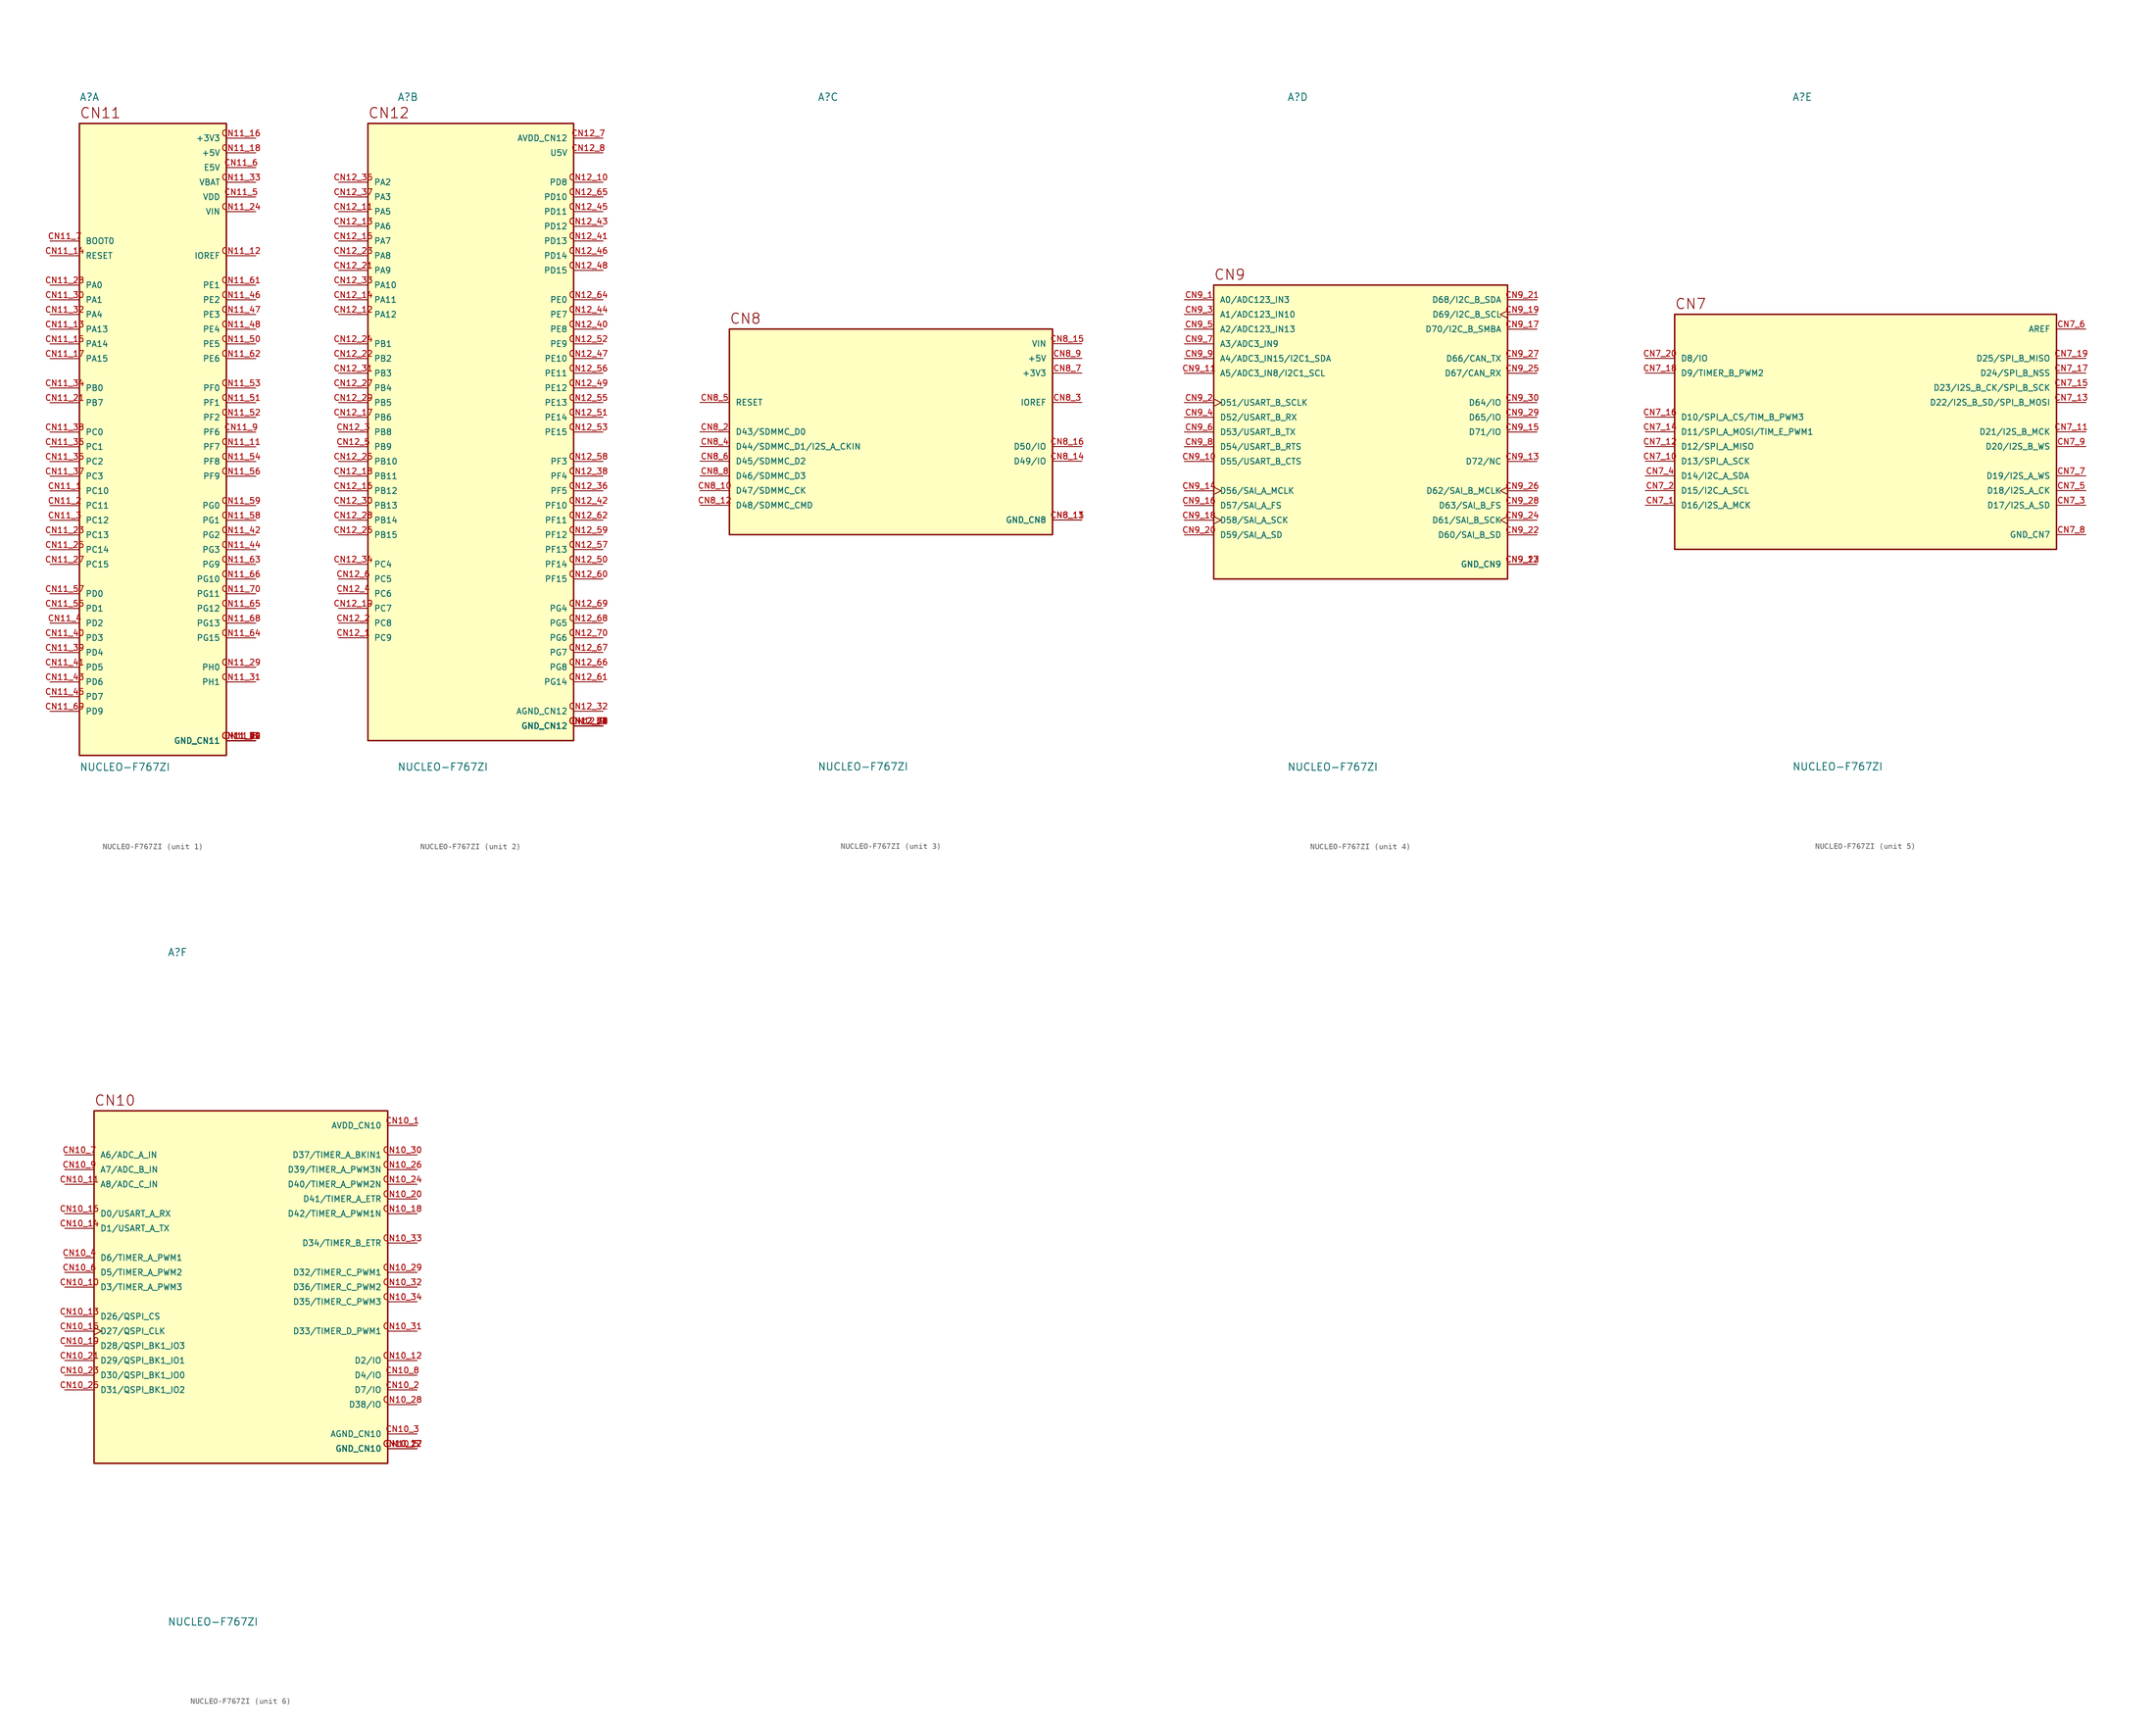
<source format=kicad_sym>
(kicad_symbol_lib
  (version 20211014)
  (generator kicad_symbol_editor)
  (symbol "NUCLEO-F767ZI"
    (pin_names
      (offset 1.016))
    (property "Reference" "A"
      (at -12.7 57.15 0)
      (effects (font (size 1.27 1.27)) (justify bottom left)))
    (property "Value" "NUCLEO-F767ZI"
      (at -12.7 -57.15 0.0)
      (effects (font (size 1.27 1.27)) (justify top left)))
    (symbol "NUCLEO-F767ZI_1_0"
      (text "CN11" (at -12.7 54.102 0) (effects (font (size 1.778 1.778)) (justify bottom left)))
      (rectangle (start -12.7 -55.88) (end 12.7 53.34) (stroke (width 0.254)) (fill (type background)))
      (pin bidirectional line (at -17.78 -10.16 0) (length 5.08) (name "PC10" (effects (font (size 1.016 1.016)))) (number "CN11_1" (effects (font (size 1.016 1.016)))))
      (pin bidirectional line (at -17.78 -12.7 0) (length 5.08) (name "PC11" (effects (font (size 1.016 1.016)))) (number "CN11_2" (effects (font (size 1.016 1.016)))))
      (pin bidirectional line (at -17.78 -15.24 0) (length 5.08) (name "PC12" (effects (font (size 1.016 1.016)))) (number "CN11_3" (effects (font (size 1.016 1.016)))))
      (pin bidirectional line (at -17.78 -33.02 0) (length 5.08) (name "PD2" (effects (font (size 1.016 1.016)))) (number "CN11_4" (effects (font (size 1.016 1.016)))))
      (pin power_in line (at 17.78 40.64 180.0) (length 5.08) (name "VDD" (effects (font (size 1.016 1.016)))) (number "CN11_5" (effects (font (size 1.016 1.016)))))
      (pin power_in line (at 17.78 45.72 180.0) (length 5.08) (name "E5V" (effects (font (size 1.016 1.016)))) (number "CN11_6" (effects (font (size 1.016 1.016)))))
      (pin bidirectional line (at -17.78 33.02 0) (length 5.08) (name "BOOT0" (effects (font (size 1.016 1.016)))) (number "CN11_7" (effects (font (size 1.016 1.016)))))
      (pin power_in line (at 17.78 -53.34 180.0) (length 5.08) (name "GND_CN11" (effects (font (size 1.016 1.016)))) (number "CN11_8" (effects (font (size 1.016 1.016)))))
      (pin power_in line (at 17.78 -53.34 180.0) (length 5.08) (name "GND_CN11" (effects (font (size 1.016 1.016)))) (number "CN11_19" (effects (font (size 1.016 1.016)))))
      (pin power_in line (at 17.78 -53.34 180.0) (length 5.08) (name "GND_CN11" (effects (font (size 1.016 1.016)))) (number "CN11_20" (effects (font (size 1.016 1.016)))))
      (pin power_in line (at 17.78 -53.34 180.0) (length 5.08) (name "GND_CN11" (effects (font (size 1.016 1.016)))) (number "CN11_22" (effects (font (size 1.016 1.016)))))
      (pin power_in line (at 17.78 -53.34 180.0) (length 5.08) (name "GND_CN11" (effects (font (size 1.016 1.016)))) (number "CN11_49" (effects (font (size 1.016 1.016)))))
      (pin power_in line (at 17.78 -53.34 180.0) (length 5.08) (name "GND_CN11" (effects (font (size 1.016 1.016)))) (number "CN11_60" (effects (font (size 1.016 1.016)))))
      (pin power_in line (at 17.78 -53.34 180.0) (length 5.08) (name "GND_CN11" (effects (font (size 1.016 1.016)))) (number "CN11_71" (effects (font (size 1.016 1.016)))))
      (pin power_in line (at 17.78 -53.34 180.0) (length 5.08) (name "GND_CN11" (effects (font (size 1.016 1.016)))) (number "CN11_72" (effects (font (size 1.016 1.016)))))
      (pin bidirectional line (at 17.78 0.0 180.0) (length 5.08) (name "PF6" (effects (font (size 1.016 1.016)))) (number "CN11_9" (effects (font (size 1.016 1.016)))))
      (pin bidirectional line (at 17.78 -2.54 180.0) (length 5.08) (name "PF7" (effects (font (size 1.016 1.016)))) (number "CN11_11" (effects (font (size 1.016 1.016)))))
      (pin bidirectional line (at 17.78 30.48 180.0) (length 5.08) (name "IOREF" (effects (font (size 1.016 1.016)))) (number "CN11_12" (effects (font (size 1.016 1.016)))))
      (pin bidirectional line (at -17.78 17.78 0) (length 5.08) (name "PA13" (effects (font (size 1.016 1.016)))) (number "CN11_13" (effects (font (size 1.016 1.016)))))
      (pin bidirectional line (at -17.78 30.48 0) (length 5.08) (name "RESET" (effects (font (size 1.016 1.016)))) (number "CN11_14" (effects (font (size 1.016 1.016)))))
      (pin bidirectional line (at -17.78 15.24 0) (length 5.08) (name "PA14" (effects (font (size 1.016 1.016)))) (number "CN11_15" (effects (font (size 1.016 1.016)))))
      (pin power_in line (at 17.78 50.8 180.0) (length 5.08) (name "+3V3" (effects (font (size 1.016 1.016)))) (number "CN11_16" (effects (font (size 1.016 1.016)))))
      (pin bidirectional line (at -17.78 12.7 0) (length 5.08) (name "PA15" (effects (font (size 1.016 1.016)))) (number "CN11_17" (effects (font (size 1.016 1.016)))))
      (pin power_in line (at 17.78 48.26 180.0) (length 5.08) (name "+5V" (effects (font (size 1.016 1.016)))) (number "CN11_18" (effects (font (size 1.016 1.016)))))
      (pin bidirectional line (at -17.78 5.08 0) (length 5.08) (name "PB7" (effects (font (size 1.016 1.016)))) (number "CN11_21" (effects (font (size 1.016 1.016)))))
      (pin bidirectional line (at -17.78 -17.78 0) (length 5.08) (name "PC13" (effects (font (size 1.016 1.016)))) (number "CN11_23" (effects (font (size 1.016 1.016)))))
      (pin power_in line (at 17.78 38.1 180.0) (length 5.08) (name "VIN" (effects (font (size 1.016 1.016)))) (number "CN11_24" (effects (font (size 1.016 1.016)))))
      (pin bidirectional line (at -17.78 -20.32 0) (length 5.08) (name "PC14" (effects (font (size 1.016 1.016)))) (number "CN11_25" (effects (font (size 1.016 1.016)))))
      (pin bidirectional line (at -17.78 -22.86 0) (length 5.08) (name "PC15" (effects (font (size 1.016 1.016)))) (number "CN11_27" (effects (font (size 1.016 1.016)))))
      (pin bidirectional line (at -17.78 25.4 0) (length 5.08) (name "PA0" (effects (font (size 1.016 1.016)))) (number "CN11_28" (effects (font (size 1.016 1.016)))))
      (pin bidirectional line (at 17.78 -40.64 180.0) (length 5.08) (name "PH0" (effects (font (size 1.016 1.016)))) (number "CN11_29" (effects (font (size 1.016 1.016)))))
      (pin bidirectional line (at -17.78 22.86 0) (length 5.08) (name "PA1" (effects (font (size 1.016 1.016)))) (number "CN11_30" (effects (font (size 1.016 1.016)))))
      (pin bidirectional line (at 17.78 -43.18 180.0) (length 5.08) (name "PH1" (effects (font (size 1.016 1.016)))) (number "CN11_31" (effects (font (size 1.016 1.016)))))
      (pin bidirectional line (at -17.78 20.32 0) (length 5.08) (name "PA4" (effects (font (size 1.016 1.016)))) (number "CN11_32" (effects (font (size 1.016 1.016)))))
      (pin power_in line (at 17.78 43.18 180.0) (length 5.08) (name "VBAT" (effects (font (size 1.016 1.016)))) (number "CN11_33" (effects (font (size 1.016 1.016)))))
      (pin bidirectional line (at -17.78 7.62 0) (length 5.08) (name "PB0" (effects (font (size 1.016 1.016)))) (number "CN11_34" (effects (font (size 1.016 1.016)))))
      (pin bidirectional line (at -17.78 -5.08 0) (length 5.08) (name "PC2" (effects (font (size 1.016 1.016)))) (number "CN11_35" (effects (font (size 1.016 1.016)))))
      (pin bidirectional line (at -17.78 -2.54 0) (length 5.08) (name "PC1" (effects (font (size 1.016 1.016)))) (number "CN11_36" (effects (font (size 1.016 1.016)))))
      (pin bidirectional line (at -17.78 -7.62 0) (length 5.08) (name "PC3" (effects (font (size 1.016 1.016)))) (number "CN11_37" (effects (font (size 1.016 1.016)))))
      (pin bidirectional line (at -17.78 0.0 0) (length 5.08) (name "PC0" (effects (font (size 1.016 1.016)))) (number "CN11_38" (effects (font (size 1.016 1.016)))))
      (pin bidirectional line (at -17.78 -38.1 0) (length 5.08) (name "PD4" (effects (font (size 1.016 1.016)))) (number "CN11_39" (effects (font (size 1.016 1.016)))))
      (pin bidirectional line (at -17.78 -35.56 0) (length 5.08) (name "PD3" (effects (font (size 1.016 1.016)))) (number "CN11_40" (effects (font (size 1.016 1.016)))))
      (pin bidirectional line (at -17.78 -40.64 0) (length 5.08) (name "PD5" (effects (font (size 1.016 1.016)))) (number "CN11_41" (effects (font (size 1.016 1.016)))))
      (pin bidirectional line (at 17.78 -17.78 180.0) (length 5.08) (name "PG2" (effects (font (size 1.016 1.016)))) (number "CN11_42" (effects (font (size 1.016 1.016)))))
      (pin bidirectional line (at -17.78 -43.18 0) (length 5.08) (name "PD6" (effects (font (size 1.016 1.016)))) (number "CN11_43" (effects (font (size 1.016 1.016)))))
      (pin bidirectional line (at 17.78 -20.32 180.0) (length 5.08) (name "PG3" (effects (font (size 1.016 1.016)))) (number "CN11_44" (effects (font (size 1.016 1.016)))))
      (pin bidirectional line (at -17.78 -45.72 0) (length 5.08) (name "PD7" (effects (font (size 1.016 1.016)))) (number "CN11_45" (effects (font (size 1.016 1.016)))))
      (pin bidirectional line (at 17.78 22.86 180.0) (length 5.08) (name "PE2" (effects (font (size 1.016 1.016)))) (number "CN11_46" (effects (font (size 1.016 1.016)))))
      (pin bidirectional line (at 17.78 20.32 180.0) (length 5.08) (name "PE3" (effects (font (size 1.016 1.016)))) (number "CN11_47" (effects (font (size 1.016 1.016)))))
      (pin bidirectional line (at 17.78 17.78 180.0) (length 5.08) (name "PE4" (effects (font (size 1.016 1.016)))) (number "CN11_48" (effects (font (size 1.016 1.016)))))
      (pin bidirectional line (at 17.78 15.24 180.0) (length 5.08) (name "PE5" (effects (font (size 1.016 1.016)))) (number "CN11_50" (effects (font (size 1.016 1.016)))))
      (pin bidirectional line (at 17.78 5.08 180.0) (length 5.08) (name "PF1" (effects (font (size 1.016 1.016)))) (number "CN11_51" (effects (font (size 1.016 1.016)))))
      (pin bidirectional line (at 17.78 2.54 180.0) (length 5.08) (name "PF2" (effects (font (size 1.016 1.016)))) (number "CN11_52" (effects (font (size 1.016 1.016)))))
      (pin bidirectional line (at 17.78 7.62 180.0) (length 5.08) (name "PF0" (effects (font (size 1.016 1.016)))) (number "CN11_53" (effects (font (size 1.016 1.016)))))
      (pin bidirectional line (at 17.78 -5.08 180.0) (length 5.08) (name "PF8" (effects (font (size 1.016 1.016)))) (number "CN11_54" (effects (font (size 1.016 1.016)))))
      (pin bidirectional line (at -17.78 -30.48 0) (length 5.08) (name "PD1" (effects (font (size 1.016 1.016)))) (number "CN11_55" (effects (font (size 1.016 1.016)))))
      (pin bidirectional line (at 17.78 -7.62 180.0) (length 5.08) (name "PF9" (effects (font (size 1.016 1.016)))) (number "CN11_56" (effects (font (size 1.016 1.016)))))
      (pin bidirectional line (at -17.78 -27.94 0) (length 5.08) (name "PD0" (effects (font (size 1.016 1.016)))) (number "CN11_57" (effects (font (size 1.016 1.016)))))
      (pin bidirectional line (at 17.78 -15.24 180.0) (length 5.08) (name "PG1" (effects (font (size 1.016 1.016)))) (number "CN11_58" (effects (font (size 1.016 1.016)))))
      (pin bidirectional line (at 17.78 -12.7 180.0) (length 5.08) (name "PG0" (effects (font (size 1.016 1.016)))) (number "CN11_59" (effects (font (size 1.016 1.016)))))
      (pin bidirectional line (at 17.78 25.4 180.0) (length 5.08) (name "PE1" (effects (font (size 1.016 1.016)))) (number "CN11_61" (effects (font (size 1.016 1.016)))))
      (pin bidirectional line (at 17.78 12.7 180.0) (length 5.08) (name "PE6" (effects (font (size 1.016 1.016)))) (number "CN11_62" (effects (font (size 1.016 1.016)))))
      (pin bidirectional line (at 17.78 -22.86 180.0) (length 5.08) (name "PG9" (effects (font (size 1.016 1.016)))) (number "CN11_63" (effects (font (size 1.016 1.016)))))
      (pin bidirectional line (at 17.78 -35.56 180.0) (length 5.08) (name "PG15" (effects (font (size 1.016 1.016)))) (number "CN11_64" (effects (font (size 1.016 1.016)))))
      (pin bidirectional line (at 17.78 -30.48 180.0) (length 5.08) (name "PG12" (effects (font (size 1.016 1.016)))) (number "CN11_65" (effects (font (size 1.016 1.016)))))
      (pin bidirectional line (at 17.78 -25.4 180.0) (length 5.08) (name "PG10" (effects (font (size 1.016 1.016)))) (number "CN11_66" (effects (font (size 1.016 1.016)))))
      (pin bidirectional line (at 17.78 -33.02 180.0) (length 5.08) (name "PG13" (effects (font (size 1.016 1.016)))) (number "CN11_68" (effects (font (size 1.016 1.016)))))
      (pin bidirectional line (at -17.78 -48.26 0) (length 5.08) (name "PD9" (effects (font (size 1.016 1.016)))) (number "CN11_69" (effects (font (size 1.016 1.016)))))
      (pin bidirectional line (at 17.78 -27.94 180.0) (length 5.08) (name "PG11" (effects (font (size 1.016 1.016)))) (number "CN11_70" (effects (font (size 1.016 1.016))))))
    (symbol "NUCLEO-F767ZI_2_0"
      (text "CN12" (at -17.78 54.102 0) (effects (font (size 1.778 1.778)) (justify bottom left)))
      (rectangle (start -17.78 -53.34) (end 17.78 53.34) (stroke (width 0.254)) (fill (type background)))
      (pin bidirectional line (at -22.86 -35.56 0) (length 5.08) (name "PC9" (effects (font (size 1.016 1.016)))) (number "CN12_1" (effects (font (size 1.016 1.016)))))
      (pin bidirectional line (at -22.86 -33.02 0) (length 5.08) (name "PC8" (effects (font (size 1.016 1.016)))) (number "CN12_2" (effects (font (size 1.016 1.016)))))
      (pin bidirectional line (at -22.86 0.0 0) (length 5.08) (name "PB8" (effects (font (size 1.016 1.016)))) (number "CN12_3" (effects (font (size 1.016 1.016)))))
      (pin bidirectional line (at -22.86 -27.94 0) (length 5.08) (name "PC6" (effects (font (size 1.016 1.016)))) (number "CN12_4" (effects (font (size 1.016 1.016)))))
      (pin bidirectional line (at -22.86 -2.54 0) (length 5.08) (name "PB9" (effects (font (size 1.016 1.016)))) (number "CN12_5" (effects (font (size 1.016 1.016)))))
      (pin bidirectional line (at -22.86 -25.4 0) (length 5.08) (name "PC5" (effects (font (size 1.016 1.016)))) (number "CN12_6" (effects (font (size 1.016 1.016)))))
      (pin power_in line (at 22.86 50.8 180.0) (length 5.08) (name "AVDD_CN12" (effects (font (size 1.016 1.016)))) (number "CN12_7" (effects (font (size 1.016 1.016)))))
      (pin power_in line (at 22.86 48.26 180.0) (length 5.08) (name "U5V" (effects (font (size 1.016 1.016)))) (number "CN12_8" (effects (font (size 1.016 1.016)))))
      (pin power_in line (at 22.86 -50.8 180.0) (length 5.08) (name "GND_CN12" (effects (font (size 1.016 1.016)))) (number "CN12_9" (effects (font (size 1.016 1.016)))))
      (pin power_in line (at 22.86 -50.8 180.0) (length 5.08) (name "GND_CN12" (effects (font (size 1.016 1.016)))) (number "CN12_20" (effects (font (size 1.016 1.016)))))
      (pin power_in line (at 22.86 -50.8 180.0) (length 5.08) (name "GND_CN12" (effects (font (size 1.016 1.016)))) (number "CN12_39" (effects (font (size 1.016 1.016)))))
      (pin power_in line (at 22.86 -50.8 180.0) (length 5.08) (name "GND_CN12" (effects (font (size 1.016 1.016)))) (number "CN12_54" (effects (font (size 1.016 1.016)))))
      (pin power_in line (at 22.86 -50.8 180.0) (length 5.08) (name "GND_CN12" (effects (font (size 1.016 1.016)))) (number "CN12_63" (effects (font (size 1.016 1.016)))))
      (pin power_in line (at 22.86 -50.8 180.0) (length 5.08) (name "GND_CN12" (effects (font (size 1.016 1.016)))) (number "CN12_71" (effects (font (size 1.016 1.016)))))
      (pin power_in line (at 22.86 -50.8 180.0) (length 5.08) (name "GND_CN12" (effects (font (size 1.016 1.016)))) (number "CN12_72" (effects (font (size 1.016 1.016)))))
      (pin bidirectional line (at 22.86 43.18 180.0) (length 5.08) (name "PD8" (effects (font (size 1.016 1.016)))) (number "CN12_10" (effects (font (size 1.016 1.016)))))
      (pin bidirectional line (at -22.86 38.1 0) (length 5.08) (name "PA5" (effects (font (size 1.016 1.016)))) (number "CN12_11" (effects (font (size 1.016 1.016)))))
      (pin bidirectional line (at -22.86 20.32 0) (length 5.08) (name "PA12" (effects (font (size 1.016 1.016)))) (number "CN12_12" (effects (font (size 1.016 1.016)))))
      (pin bidirectional line (at -22.86 35.56 0) (length 5.08) (name "PA6" (effects (font (size 1.016 1.016)))) (number "CN12_13" (effects (font (size 1.016 1.016)))))
      (pin bidirectional line (at -22.86 22.86 0) (length 5.08) (name "PA11" (effects (font (size 1.016 1.016)))) (number "CN12_14" (effects (font (size 1.016 1.016)))))
      (pin bidirectional line (at -22.86 33.02 0) (length 5.08) (name "PA7" (effects (font (size 1.016 1.016)))) (number "CN12_15" (effects (font (size 1.016 1.016)))))
      (pin bidirectional line (at -22.86 -10.16 0) (length 5.08) (name "PB12" (effects (font (size 1.016 1.016)))) (number "CN12_16" (effects (font (size 1.016 1.016)))))
      (pin bidirectional line (at -22.86 2.54 0) (length 5.08) (name "PB6" (effects (font (size 1.016 1.016)))) (number "CN12_17" (effects (font (size 1.016 1.016)))))
      (pin bidirectional line (at -22.86 -7.62 0) (length 5.08) (name "PB11" (effects (font (size 1.016 1.016)))) (number "CN12_18" (effects (font (size 1.016 1.016)))))
      (pin bidirectional line (at -22.86 -30.48 0) (length 5.08) (name "PC7" (effects (font (size 1.016 1.016)))) (number "CN12_19" (effects (font (size 1.016 1.016)))))
      (pin bidirectional line (at -22.86 27.94 0) (length 5.08) (name "PA9" (effects (font (size 1.016 1.016)))) (number "CN12_21" (effects (font (size 1.016 1.016)))))
      (pin bidirectional line (at -22.86 12.7 0) (length 5.08) (name "PB2" (effects (font (size 1.016 1.016)))) (number "CN12_22" (effects (font (size 1.016 1.016)))))
      (pin bidirectional line (at -22.86 30.48 0) (length 5.08) (name "PA8" (effects (font (size 1.016 1.016)))) (number "CN12_23" (effects (font (size 1.016 1.016)))))
      (pin bidirectional line (at -22.86 15.24 0) (length 5.08) (name "PB1" (effects (font (size 1.016 1.016)))) (number "CN12_24" (effects (font (size 1.016 1.016)))))
      (pin bidirectional line (at -22.86 -5.08 0) (length 5.08) (name "PB10" (effects (font (size 1.016 1.016)))) (number "CN12_25" (effects (font (size 1.016 1.016)))))
      (pin bidirectional line (at -22.86 -17.78 0) (length 5.08) (name "PB15" (effects (font (size 1.016 1.016)))) (number "CN12_26" (effects (font (size 1.016 1.016)))))
      (pin bidirectional line (at -22.86 7.62 0) (length 5.08) (name "PB4" (effects (font (size 1.016 1.016)))) (number "CN12_27" (effects (font (size 1.016 1.016)))))
      (pin bidirectional line (at -22.86 -15.24 0) (length 5.08) (name "PB14" (effects (font (size 1.016 1.016)))) (number "CN12_28" (effects (font (size 1.016 1.016)))))
      (pin bidirectional line (at -22.86 5.08 0) (length 5.08) (name "PB5" (effects (font (size 1.016 1.016)))) (number "CN12_29" (effects (font (size 1.016 1.016)))))
      (pin bidirectional line (at -22.86 -12.7 0) (length 5.08) (name "PB13" (effects (font (size 1.016 1.016)))) (number "CN12_30" (effects (font (size 1.016 1.016)))))
      (pin bidirectional line (at -22.86 10.16 0) (length 5.08) (name "PB3" (effects (font (size 1.016 1.016)))) (number "CN12_31" (effects (font (size 1.016 1.016)))))
      (pin power_in line (at 22.86 -48.26 180.0) (length 5.08) (name "AGND_CN12" (effects (font (size 1.016 1.016)))) (number "CN12_32" (effects (font (size 1.016 1.016)))))
      (pin bidirectional line (at -22.86 25.4 0) (length 5.08) (name "PA10" (effects (font (size 1.016 1.016)))) (number "CN12_33" (effects (font (size 1.016 1.016)))))
      (pin bidirectional line (at -22.86 -22.86 0) (length 5.08) (name "PC4" (effects (font (size 1.016 1.016)))) (number "CN12_34" (effects (font (size 1.016 1.016)))))
      (pin bidirectional line (at -22.86 43.18 0) (length 5.08) (name "PA2" (effects (font (size 1.016 1.016)))) (number "CN12_35" (effects (font (size 1.016 1.016)))))
      (pin bidirectional line (at 22.86 -10.16 180.0) (length 5.08) (name "PF5" (effects (font (size 1.016 1.016)))) (number "CN12_36" (effects (font (size 1.016 1.016)))))
      (pin bidirectional line (at -22.86 40.64 0) (length 5.08) (name "PA3" (effects (font (size 1.016 1.016)))) (number "CN12_37" (effects (font (size 1.016 1.016)))))
      (pin bidirectional line (at 22.86 -7.62 180.0) (length 5.08) (name "PF4" (effects (font (size 1.016 1.016)))) (number "CN12_38" (effects (font (size 1.016 1.016)))))
      (pin bidirectional line (at 22.86 17.78 180.0) (length 5.08) (name "PE8" (effects (font (size 1.016 1.016)))) (number "CN12_40" (effects (font (size 1.016 1.016)))))
      (pin bidirectional line (at 22.86 33.02 180.0) (length 5.08) (name "PD13" (effects (font (size 1.016 1.016)))) (number "CN12_41" (effects (font (size 1.016 1.016)))))
      (pin bidirectional line (at 22.86 -12.7 180.0) (length 5.08) (name "PF10" (effects (font (size 1.016 1.016)))) (number "CN12_42" (effects (font (size 1.016 1.016)))))
      (pin bidirectional line (at 22.86 35.56 180.0) (length 5.08) (name "PD12" (effects (font (size 1.016 1.016)))) (number "CN12_43" (effects (font (size 1.016 1.016)))))
      (pin bidirectional line (at 22.86 20.32 180.0) (length 5.08) (name "PE7" (effects (font (size 1.016 1.016)))) (number "CN12_44" (effects (font (size 1.016 1.016)))))
      (pin bidirectional line (at 22.86 38.1 180.0) (length 5.08) (name "PD11" (effects (font (size 1.016 1.016)))) (number "CN12_45" (effects (font (size 1.016 1.016)))))
      (pin bidirectional line (at 22.86 30.48 180.0) (length 5.08) (name "PD14" (effects (font (size 1.016 1.016)))) (number "CN12_46" (effects (font (size 1.016 1.016)))))
      (pin bidirectional line (at 22.86 12.7 180.0) (length 5.08) (name "PE10" (effects (font (size 1.016 1.016)))) (number "CN12_47" (effects (font (size 1.016 1.016)))))
      (pin bidirectional line (at 22.86 27.94 180.0) (length 5.08) (name "PD15" (effects (font (size 1.016 1.016)))) (number "CN12_48" (effects (font (size 1.016 1.016)))))
      (pin bidirectional line (at 22.86 7.62 180.0) (length 5.08) (name "PE12" (effects (font (size 1.016 1.016)))) (number "CN12_49" (effects (font (size 1.016 1.016)))))
      (pin bidirectional line (at 22.86 -22.86 180.0) (length 5.08) (name "PF14" (effects (font (size 1.016 1.016)))) (number "CN12_50" (effects (font (size 1.016 1.016)))))
      (pin bidirectional line (at 22.86 2.54 180.0) (length 5.08) (name "PE14" (effects (font (size 1.016 1.016)))) (number "CN12_51" (effects (font (size 1.016 1.016)))))
      (pin bidirectional line (at 22.86 15.24 180.0) (length 5.08) (name "PE9" (effects (font (size 1.016 1.016)))) (number "CN12_52" (effects (font (size 1.016 1.016)))))
      (pin bidirectional line (at 22.86 0.0 180.0) (length 5.08) (name "PE15" (effects (font (size 1.016 1.016)))) (number "CN12_53" (effects (font (size 1.016 1.016)))))
      (pin bidirectional line (at 22.86 5.08 180.0) (length 5.08) (name "PE13" (effects (font (size 1.016 1.016)))) (number "CN12_55" (effects (font (size 1.016 1.016)))))
      (pin bidirectional line (at 22.86 10.16 180.0) (length 5.08) (name "PE11" (effects (font (size 1.016 1.016)))) (number "CN12_56" (effects (font (size 1.016 1.016)))))
      (pin bidirectional line (at 22.86 -20.32 180.0) (length 5.08) (name "PF13" (effects (font (size 1.016 1.016)))) (number "CN12_57" (effects (font (size 1.016 1.016)))))
      (pin bidirectional line (at 22.86 -5.08 180.0) (length 5.08) (name "PF3" (effects (font (size 1.016 1.016)))) (number "CN12_58" (effects (font (size 1.016 1.016)))))
      (pin bidirectional line (at 22.86 -17.78 180.0) (length 5.08) (name "PF12" (effects (font (size 1.016 1.016)))) (number "CN12_59" (effects (font (size 1.016 1.016)))))
      (pin bidirectional line (at 22.86 -25.4 180.0) (length 5.08) (name "PF15" (effects (font (size 1.016 1.016)))) (number "CN12_60" (effects (font (size 1.016 1.016)))))
      (pin bidirectional line (at 22.86 -43.18 180.0) (length 5.08) (name "PG14" (effects (font (size 1.016 1.016)))) (number "CN12_61" (effects (font (size 1.016 1.016)))))
      (pin bidirectional line (at 22.86 -15.24 180.0) (length 5.08) (name "PF11" (effects (font (size 1.016 1.016)))) (number "CN12_62" (effects (font (size 1.016 1.016)))))
      (pin bidirectional line (at 22.86 22.86 180.0) (length 5.08) (name "PE0" (effects (font (size 1.016 1.016)))) (number "CN12_64" (effects (font (size 1.016 1.016)))))
      (pin bidirectional line (at 22.86 40.64 180.0) (length 5.08) (name "PD10" (effects (font (size 1.016 1.016)))) (number "CN12_65" (effects (font (size 1.016 1.016)))))
      (pin bidirectional line (at 22.86 -40.64 180.0) (length 5.08) (name "PG8" (effects (font (size 1.016 1.016)))) (number "CN12_66" (effects (font (size 1.016 1.016)))))
      (pin bidirectional line (at 22.86 -38.1 180.0) (length 5.08) (name "PG7" (effects (font (size 1.016 1.016)))) (number "CN12_67" (effects (font (size 1.016 1.016)))))
      (pin bidirectional line (at 22.86 -33.02 180.0) (length 5.08) (name "PG5" (effects (font (size 1.016 1.016)))) (number "CN12_68" (effects (font (size 1.016 1.016)))))
      (pin bidirectional line (at 22.86 -30.48 180.0) (length 5.08) (name "PG4" (effects (font (size 1.016 1.016)))) (number "CN12_69" (effects (font (size 1.016 1.016)))))
      (pin bidirectional line (at 22.86 -35.56 180.0) (length 5.08) (name "PG6" (effects (font (size 1.016 1.016)))) (number "CN12_70" (effects (font (size 1.016 1.016))))))
    (symbol "NUCLEO-F767ZI_3_0"
      (text "CN8" (at -27.94 18.542 0) (effects (font (size 1.778 1.778)) (justify bottom left)))
      (rectangle (start -27.94 -17.78) (end 27.94 17.78) (stroke (width 0.254)) (fill (type background)))
      (pin bidirectional line (at -33.02 0.0 0) (length 5.08) (name "D43/SDMMC_D0" (effects (font (size 1.016 1.016)))) (number "CN8_2" (effects (font (size 1.016 1.016)))))
      (pin bidirectional line (at 33.02 5.08 180.0) (length 5.08) (name "IOREF" (effects (font (size 1.016 1.016)))) (number "CN8_3" (effects (font (size 1.016 1.016)))))
      (pin bidirectional line (at -33.02 -2.54 0) (length 5.08) (name "D44/SDMMC_D1/I2S_A_CKIN" (effects (font (size 1.016 1.016)))) (number "CN8_4" (effects (font (size 1.016 1.016)))))
      (pin bidirectional line (at -33.02 5.08 0) (length 5.08) (name "RESET" (effects (font (size 1.016 1.016)))) (number "CN8_5" (effects (font (size 1.016 1.016)))))
      (pin bidirectional line (at -33.02 -5.08 0) (length 5.08) (name "D45/SDMMC_D2" (effects (font (size 1.016 1.016)))) (number "CN8_6" (effects (font (size 1.016 1.016)))))
      (pin power_in line (at 33.02 10.16 180.0) (length 5.08) (name "+3V3" (effects (font (size 1.016 1.016)))) (number "CN8_7" (effects (font (size 1.016 1.016)))))
      (pin bidirectional line (at -33.02 -7.62 0) (length 5.08) (name "D46/SDMMC_D3" (effects (font (size 1.016 1.016)))) (number "CN8_8" (effects (font (size 1.016 1.016)))))
      (pin power_in line (at 33.02 12.7 180.0) (length 5.08) (name "+5V" (effects (font (size 1.016 1.016)))) (number "CN8_9" (effects (font (size 1.016 1.016)))))
      (pin bidirectional line (at -33.02 -10.16 0) (length 5.08) (name "D47/SDMMC_CK" (effects (font (size 1.016 1.016)))) (number "CN8_10" (effects (font (size 1.016 1.016)))))
      (pin power_in line (at 33.02 -15.24 180.0) (length 5.08) (name "GND_CN8" (effects (font (size 1.016 1.016)))) (number "CN8_11" (effects (font (size 1.016 1.016)))))
      (pin power_in line (at 33.02 -15.24 180.0) (length 5.08) (name "GND_CN8" (effects (font (size 1.016 1.016)))) (number "CN8_13" (effects (font (size 1.016 1.016)))))
      (pin bidirectional line (at -33.02 -12.7 0) (length 5.08) (name "D48/SDMMC_CMD" (effects (font (size 1.016 1.016)))) (number "CN8_12" (effects (font (size 1.016 1.016)))))
      (pin bidirectional line (at 33.02 -5.08 180.0) (length 5.08) (name "D49/IO" (effects (font (size 1.016 1.016)))) (number "CN8_14" (effects (font (size 1.016 1.016)))))
      (pin power_in line (at 33.02 15.24 180.0) (length 5.08) (name "VIN" (effects (font (size 1.016 1.016)))) (number "CN8_15" (effects (font (size 1.016 1.016)))))
      (pin bidirectional line (at 33.02 -2.54 180.0) (length 5.08) (name "D50/IO" (effects (font (size 1.016 1.016)))) (number "CN8_16" (effects (font (size 1.016 1.016))))))
    (symbol "NUCLEO-F767ZI_4_0"
      (text "CN9" (at -25.4 26.162 0) (effects (font (size 1.778 1.778)) (justify bottom left)))
      (rectangle (start -25.4 -25.4) (end 25.4 25.4) (stroke (width 0.254)) (fill (type background)))
      (pin input line (at -30.48 22.86 0) (length 5.08) (name "A0/ADC123_IN3" (effects (font (size 1.016 1.016)))) (number "CN9_1" (effects (font (size 1.016 1.016)))))
      (pin bidirectional clock (at -30.48 5.08 0) (length 5.08) (name "D51/USART_B_SCLK" (effects (font (size 1.016 1.016)))) (number "CN9_2" (effects (font (size 1.016 1.016)))))
      (pin input line (at -30.48 20.32 0) (length 5.08) (name "A1/ADC123_IN10" (effects (font (size 1.016 1.016)))) (number "CN9_3" (effects (font (size 1.016 1.016)))))
      (pin bidirectional line (at -30.48 2.54 0) (length 5.08) (name "D52/USART_B_RX" (effects (font (size 1.016 1.016)))) (number "CN9_4" (effects (font (size 1.016 1.016)))))
      (pin input line (at -30.48 17.78 0) (length 5.08) (name "A2/ADC123_IN13" (effects (font (size 1.016 1.016)))) (number "CN9_5" (effects (font (size 1.016 1.016)))))
      (pin bidirectional line (at -30.48 0.0 0) (length 5.08) (name "D53/USART_B_TX" (effects (font (size 1.016 1.016)))) (number "CN9_6" (effects (font (size 1.016 1.016)))))
      (pin input line (at -30.48 15.24 0) (length 5.08) (name "A3/ADC3_IN9" (effects (font (size 1.016 1.016)))) (number "CN9_7" (effects (font (size 1.016 1.016)))))
      (pin bidirectional line (at -30.48 -2.54 0) (length 5.08) (name "D54/USART_B_RTS" (effects (font (size 1.016 1.016)))) (number "CN9_8" (effects (font (size 1.016 1.016)))))
      (pin input line (at -30.48 12.7 0) (length 5.08) (name "A4/ADC3_IN15/I2C1_SDA" (effects (font (size 1.016 1.016)))) (number "CN9_9" (effects (font (size 1.016 1.016)))))
      (pin bidirectional line (at -30.48 -5.08 0) (length 5.08) (name "D55/USART_B_CTS" (effects (font (size 1.016 1.016)))) (number "CN9_10" (effects (font (size 1.016 1.016)))))
      (pin input line (at -30.48 10.16 0) (length 5.08) (name "A5/ADC3_IN8/I2C1_SCL" (effects (font (size 1.016 1.016)))) (number "CN9_11" (effects (font (size 1.016 1.016)))))
      (pin power_in line (at 30.48 -22.86 180.0) (length 5.08) (name "GND_CN9" (effects (font (size 1.016 1.016)))) (number "CN9_12" (effects (font (size 1.016 1.016)))))
      (pin power_in line (at 30.48 -22.86 180.0) (length 5.08) (name "GND_CN9" (effects (font (size 1.016 1.016)))) (number "CN9_23" (effects (font (size 1.016 1.016)))))
      (pin bidirectional line (at 30.48 -5.08 180.0) (length 5.08) (name "D72/NC" (effects (font (size 1.016 1.016)))) (number "CN9_13" (effects (font (size 1.016 1.016)))))
      (pin bidirectional clock (at -30.48 -10.16 0) (length 5.08) (name "D56/SAI_A_MCLK" (effects (font (size 1.016 1.016)))) (number "CN9_14" (effects (font (size 1.016 1.016)))))
      (pin bidirectional line (at 30.48 0.0 180.0) (length 5.08) (name "D71/IO" (effects (font (size 1.016 1.016)))) (number "CN9_15" (effects (font (size 1.016 1.016)))))
      (pin bidirectional line (at -30.48 -12.7 0) (length 5.08) (name "D57/SAI_A_FS" (effects (font (size 1.016 1.016)))) (number "CN9_16" (effects (font (size 1.016 1.016)))))
      (pin bidirectional line (at 30.48 17.78 180.0) (length 5.08) (name "D70/I2C_B_SMBA" (effects (font (size 1.016 1.016)))) (number "CN9_17" (effects (font (size 1.016 1.016)))))
      (pin bidirectional clock (at -30.48 -15.24 0) (length 5.08) (name "D58/SAI_A_SCK" (effects (font (size 1.016 1.016)))) (number "CN9_18" (effects (font (size 1.016 1.016)))))
      (pin bidirectional clock (at 30.48 20.32 180.0) (length 5.08) (name "D69/I2C_B_SCL" (effects (font (size 1.016 1.016)))) (number "CN9_19" (effects (font (size 1.016 1.016)))))
      (pin bidirectional line (at -30.48 -17.78 0) (length 5.08) (name "D59/SAI_A_SD" (effects (font (size 1.016 1.016)))) (number "CN9_20" (effects (font (size 1.016 1.016)))))
      (pin bidirectional line (at 30.48 22.86 180.0) (length 5.08) (name "D68/I2C_B_SDA" (effects (font (size 1.016 1.016)))) (number "CN9_21" (effects (font (size 1.016 1.016)))))
      (pin bidirectional line (at 30.48 -17.78 180.0) (length 5.08) (name "D60/SAI_B_SD" (effects (font (size 1.016 1.016)))) (number "CN9_22" (effects (font (size 1.016 1.016)))))
      (pin bidirectional clock (at 30.48 -15.24 180.0) (length 5.08) (name "D61/SAI_B_SCK" (effects (font (size 1.016 1.016)))) (number "CN9_24" (effects (font (size 1.016 1.016)))))
      (pin input line (at 30.48 10.16 180.0) (length 5.08) (name "D67/CAN_RX" (effects (font (size 1.016 1.016)))) (number "CN9_25" (effects (font (size 1.016 1.016)))))
      (pin bidirectional clock (at 30.48 -10.16 180.0) (length 5.08) (name "D62/SAI_B_MCLK" (effects (font (size 1.016 1.016)))) (number "CN9_26" (effects (font (size 1.016 1.016)))))
      (pin output line (at 30.48 12.7 180.0) (length 5.08) (name "D66/CAN_TX" (effects (font (size 1.016 1.016)))) (number "CN9_27" (effects (font (size 1.016 1.016)))))
      (pin bidirectional line (at 30.48 -12.7 180.0) (length 5.08) (name "D63/SAI_B_FS" (effects (font (size 1.016 1.016)))) (number "CN9_28" (effects (font (size 1.016 1.016)))))
      (pin bidirectional line (at 30.48 2.54 180.0) (length 5.08) (name "D65/IO" (effects (font (size 1.016 1.016)))) (number "CN9_29" (effects (font (size 1.016 1.016)))))
      (pin bidirectional line (at 30.48 5.08 180.0) (length 5.08) (name "D64/IO" (effects (font (size 1.016 1.016)))) (number "CN9_30" (effects (font (size 1.016 1.016))))))
    (symbol "NUCLEO-F767ZI_5_0"
      (text "CN7" (at -33.02 21.082 0) (effects (font (size 1.778 1.778)) (justify bottom left)))
      (rectangle (start -33.02 -20.32) (end 33.02 20.32) (stroke (width 0.254)) (fill (type background)))
      (pin bidirectional line (at -38.1 -12.7 0) (length 5.08) (name "D16/I2S_A_MCK" (effects (font (size 1.016 1.016)))) (number "CN7_1" (effects (font (size 1.016 1.016)))))
      (pin bidirectional line (at -38.1 -10.16 0) (length 5.08) (name "D15/I2C_A_SCL" (effects (font (size 1.016 1.016)))) (number "CN7_2" (effects (font (size 1.016 1.016)))))
      (pin bidirectional line (at 38.1 -12.7 180.0) (length 5.08) (name "D17/I2S_A_SD" (effects (font (size 1.016 1.016)))) (number "CN7_3" (effects (font (size 1.016 1.016)))))
      (pin bidirectional line (at -38.1 -7.62 0) (length 5.08) (name "D14/I2C_A_SDA" (effects (font (size 1.016 1.016)))) (number "CN7_4" (effects (font (size 1.016 1.016)))))
      (pin bidirectional line (at 38.1 -10.16 180.0) (length 5.08) (name "D18/I2S_A_CK" (effects (font (size 1.016 1.016)))) (number "CN7_5" (effects (font (size 1.016 1.016)))))
      (pin power_in line (at 38.1 17.78 180.0) (length 5.08) (name "AREF" (effects (font (size 1.016 1.016)))) (number "CN7_6" (effects (font (size 1.016 1.016)))))
      (pin bidirectional line (at 38.1 -7.62 180.0) (length 5.08) (name "D19/I2S_A_WS" (effects (font (size 1.016 1.016)))) (number "CN7_7" (effects (font (size 1.016 1.016)))))
      (pin power_in line (at 38.1 -17.78 180.0) (length 5.08) (name "GND_CN7" (effects (font (size 1.016 1.016)))) (number "CN7_8" (effects (font (size 1.016 1.016)))))
      (pin bidirectional line (at 38.1 -2.54 180.0) (length 5.08) (name "D20/I2S_B_WS" (effects (font (size 1.016 1.016)))) (number "CN7_9" (effects (font (size 1.016 1.016)))))
      (pin bidirectional line (at -38.1 -5.08 0) (length 5.08) (name "D13/SPI_A_SCK" (effects (font (size 1.016 1.016)))) (number "CN7_10" (effects (font (size 1.016 1.016)))))
      (pin bidirectional line (at 38.1 0.0 180.0) (length 5.08) (name "D21/I2S_B_MCK" (effects (font (size 1.016 1.016)))) (number "CN7_11" (effects (font (size 1.016 1.016)))))
      (pin bidirectional line (at -38.1 -2.54 0) (length 5.08) (name "D12/SPI_A_MISO" (effects (font (size 1.016 1.016)))) (number "CN7_12" (effects (font (size 1.016 1.016)))))
      (pin bidirectional line (at 38.1 5.08 180.0) (length 5.08) (name "D22/I2S_B_SD/SPI_B_MOSI" (effects (font (size 1.016 1.016)))) (number "CN7_13" (effects (font (size 1.016 1.016)))))
      (pin bidirectional line (at -38.1 0.0 0) (length 5.08) (name "D11/SPI_A_MOSI/TIM_E_PWM1" (effects (font (size 1.016 1.016)))) (number "CN7_14" (effects (font (size 1.016 1.016)))))
      (pin bidirectional line (at 38.1 7.62 180.0) (length 5.08) (name "D23/I2S_B_CK/SPI_B_SCK" (effects (font (size 1.016 1.016)))) (number "CN7_15" (effects (font (size 1.016 1.016)))))
      (pin bidirectional line (at -38.1 2.54 0) (length 5.08) (name "D10/SPI_A_CS/TIM_B_PWM3" (effects (font (size 1.016 1.016)))) (number "CN7_16" (effects (font (size 1.016 1.016)))))
      (pin bidirectional line (at 38.1 10.16 180.0) (length 5.08) (name "D24/SPI_B_NSS" (effects (font (size 1.016 1.016)))) (number "CN7_17" (effects (font (size 1.016 1.016)))))
      (pin bidirectional line (at -38.1 10.16 0) (length 5.08) (name "D9/TIMER_B_PWM2" (effects (font (size 1.016 1.016)))) (number "CN7_18" (effects (font (size 1.016 1.016)))))
      (pin bidirectional line (at 38.1 12.7 180.0) (length 5.08) (name "D25/SPI_B_MISO" (effects (font (size 1.016 1.016)))) (number "CN7_19" (effects (font (size 1.016 1.016)))))
      (pin bidirectional line (at -38.1 12.7 0) (length 5.08) (name "D8/IO" (effects (font (size 1.016 1.016)))) (number "CN7_20" (effects (font (size 1.016 1.016))))))
    (symbol "NUCLEO-F767ZI_6_0"
      (text "CN10" (at -25.4 31.242 0) (effects (font (size 1.778 1.778)) (justify bottom left)))
      (rectangle (start -25.4 -30.48) (end 25.4 30.48) (stroke (width 0.254)) (fill (type background)))
      (pin power_in line (at 30.48 27.94 180.0) (length 5.08) (name "AVDD_CN10" (effects (font (size 1.016 1.016)))) (number "CN10_1" (effects (font (size 1.016 1.016)))))
      (pin bidirectional line (at 30.48 -17.78 180.0) (length 5.08) (name "D7/IO" (effects (font (size 1.016 1.016)))) (number "CN10_2" (effects (font (size 1.016 1.016)))))
      (pin power_in line (at 30.48 -25.4 180.0) (length 5.08) (name "AGND_CN10" (effects (font (size 1.016 1.016)))) (number "CN10_3" (effects (font (size 1.016 1.016)))))
      (pin bidirectional line (at -30.48 5.08 0) (length 5.08) (name "D6/TIMER_A_PWM1" (effects (font (size 1.016 1.016)))) (number "CN10_4" (effects (font (size 1.016 1.016)))))
      (pin power_in line (at 30.48 -27.94 180.0) (length 5.08) (name "GND_CN10" (effects (font (size 1.016 1.016)))) (number "CN10_5" (effects (font (size 1.016 1.016)))))
      (pin power_in line (at 30.48 -27.94 180.0) (length 5.08) (name "GND_CN10" (effects (font (size 1.016 1.016)))) (number "CN10_17" (effects (font (size 1.016 1.016)))))
      (pin power_in line (at 30.48 -27.94 180.0) (length 5.08) (name "GND_CN10" (effects (font (size 1.016 1.016)))) (number "CN10_22" (effects (font (size 1.016 1.016)))))
      (pin power_in line (at 30.48 -27.94 180.0) (length 5.08) (name "GND_CN10" (effects (font (size 1.016 1.016)))) (number "CN10_27" (effects (font (size 1.016 1.016)))))
      (pin bidirectional line (at -30.48 2.54 0) (length 5.08) (name "D5/TIMER_A_PWM2" (effects (font (size 1.016 1.016)))) (number "CN10_6" (effects (font (size 1.016 1.016)))))
      (pin input line (at -30.48 22.86 0) (length 5.08) (name "A6/ADC_A_IN" (effects (font (size 1.016 1.016)))) (number "CN10_7" (effects (font (size 1.016 1.016)))))
      (pin bidirectional line (at 30.48 -15.24 180.0) (length 5.08) (name "D4/IO" (effects (font (size 1.016 1.016)))) (number "CN10_8" (effects (font (size 1.016 1.016)))))
      (pin input line (at -30.48 20.32 0) (length 5.08) (name "A7/ADC_B_IN" (effects (font (size 1.016 1.016)))) (number "CN10_9" (effects (font (size 1.016 1.016)))))
      (pin bidirectional line (at -30.48 0.0 0) (length 5.08) (name "D3/TIMER_A_PWM3" (effects (font (size 1.016 1.016)))) (number "CN10_10" (effects (font (size 1.016 1.016)))))
      (pin input line (at -30.48 17.78 0) (length 5.08) (name "A8/ADC_C_IN" (effects (font (size 1.016 1.016)))) (number "CN10_11" (effects (font (size 1.016 1.016)))))
      (pin bidirectional line (at 30.48 -12.7 180.0) (length 5.08) (name "D2/IO" (effects (font (size 1.016 1.016)))) (number "CN10_12" (effects (font (size 1.016 1.016)))))
      (pin bidirectional line (at -30.48 -5.08 0) (length 5.08) (name "D26/QSPI_CS" (effects (font (size 1.016 1.016)))) (number "CN10_13" (effects (font (size 1.016 1.016)))))
      (pin output line (at -30.48 10.16 0) (length 5.08) (name "D1/USART_A_TX" (effects (font (size 1.016 1.016)))) (number "CN10_14" (effects (font (size 1.016 1.016)))))
      (pin bidirectional clock (at -30.48 -7.62 0) (length 5.08) (name "D27/QSPI_CLK" (effects (font (size 1.016 1.016)))) (number "CN10_15" (effects (font (size 1.016 1.016)))))
      (pin input line (at -30.48 12.7 0) (length 5.08) (name "D0/USART_A_RX" (effects (font (size 1.016 1.016)))) (number "CN10_16" (effects (font (size 1.016 1.016)))))
      (pin bidirectional line (at 30.48 12.7 180.0) (length 5.08) (name "D42/TIMER_A_PWM1N" (effects (font (size 1.016 1.016)))) (number "CN10_18" (effects (font (size 1.016 1.016)))))
      (pin bidirectional line (at -30.48 -10.16 0) (length 5.08) (name "D28/QSPI_BK1_IO3" (effects (font (size 1.016 1.016)))) (number "CN10_19" (effects (font (size 1.016 1.016)))))
      (pin bidirectional line (at 30.48 15.24 180.0) (length 5.08) (name "D41/TIMER_A_ETR" (effects (font (size 1.016 1.016)))) (number "CN10_20" (effects (font (size 1.016 1.016)))))
      (pin bidirectional line (at -30.48 -12.7 0) (length 5.08) (name "D29/QSPI_BK1_IO1" (effects (font (size 1.016 1.016)))) (number "CN10_21" (effects (font (size 1.016 1.016)))))
      (pin bidirectional line (at -30.48 -15.24 0) (length 5.08) (name "D30/QSPI_BK1_IO0" (effects (font (size 1.016 1.016)))) (number "CN10_23" (effects (font (size 1.016 1.016)))))
      (pin bidirectional line (at 30.48 17.78 180.0) (length 5.08) (name "D40/TIMER_A_PWM2N" (effects (font (size 1.016 1.016)))) (number "CN10_24" (effects (font (size 1.016 1.016)))))
      (pin bidirectional line (at -30.48 -17.78 0) (length 5.08) (name "D31/QSPI_BK1_IO2" (effects (font (size 1.016 1.016)))) (number "CN10_25" (effects (font (size 1.016 1.016)))))
      (pin bidirectional line (at 30.48 20.32 180.0) (length 5.08) (name "D39/TIMER_A_PWM3N" (effects (font (size 1.016 1.016)))) (number "CN10_26" (effects (font (size 1.016 1.016)))))
      (pin bidirectional line (at 30.48 -20.32 180.0) (length 5.08) (name "D38/IO" (effects (font (size 1.016 1.016)))) (number "CN10_28" (effects (font (size 1.016 1.016)))))
      (pin bidirectional line (at 30.48 2.54 180.0) (length 5.08) (name "D32/TIMER_C_PWM1" (effects (font (size 1.016 1.016)))) (number "CN10_29" (effects (font (size 1.016 1.016)))))
      (pin bidirectional line (at 30.48 22.86 180.0) (length 5.08) (name "D37/TIMER_A_BKIN1" (effects (font (size 1.016 1.016)))) (number "CN10_30" (effects (font (size 1.016 1.016)))))
      (pin bidirectional line (at 30.48 -7.62 180.0) (length 5.08) (name "D33/TIMER_D_PWM1" (effects (font (size 1.016 1.016)))) (number "CN10_31" (effects (font (size 1.016 1.016)))))
      (pin bidirectional line (at 30.48 0.0 180.0) (length 5.08) (name "D36/TIMER_C_PWM2" (effects (font (size 1.016 1.016)))) (number "CN10_32" (effects (font (size 1.016 1.016)))))
      (pin bidirectional line (at 30.48 7.62 180.0) (length 5.08) (name "D34/TIMER_B_ETR" (effects (font (size 1.016 1.016)))) (number "CN10_33" (effects (font (size 1.016 1.016)))))
      (pin bidirectional line (at 30.48 -2.54 180.0) (length 5.08) (name "D35/TIMER_C_PWM3" (effects (font (size 1.016 1.016)))) (number "CN10_34" (effects (font (size 1.016 1.016))))))))
</source>
